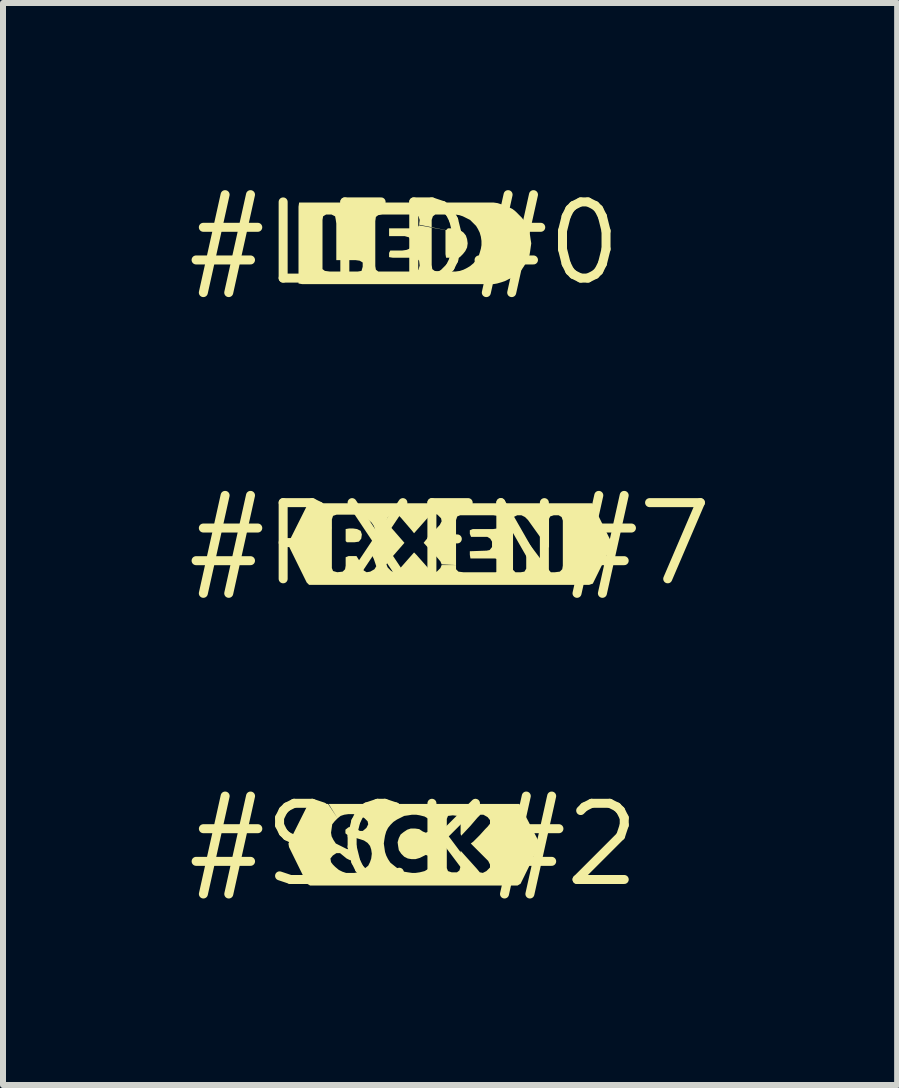
<source format=kicad_pcb>
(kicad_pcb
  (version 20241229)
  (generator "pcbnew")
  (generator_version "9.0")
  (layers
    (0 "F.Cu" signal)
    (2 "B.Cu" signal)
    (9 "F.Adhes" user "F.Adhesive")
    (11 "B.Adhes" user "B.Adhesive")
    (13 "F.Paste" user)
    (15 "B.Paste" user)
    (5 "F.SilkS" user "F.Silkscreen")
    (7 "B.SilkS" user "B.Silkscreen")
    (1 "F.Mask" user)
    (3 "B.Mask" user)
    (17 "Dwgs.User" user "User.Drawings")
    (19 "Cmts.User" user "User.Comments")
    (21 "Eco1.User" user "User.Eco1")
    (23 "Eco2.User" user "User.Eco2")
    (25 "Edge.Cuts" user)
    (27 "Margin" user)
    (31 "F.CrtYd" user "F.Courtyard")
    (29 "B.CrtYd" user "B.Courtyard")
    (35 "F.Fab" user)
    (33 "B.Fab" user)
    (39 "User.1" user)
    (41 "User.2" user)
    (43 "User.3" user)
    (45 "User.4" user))
  (footprint "#LED#0"
    (layer "F.Cu")
    (at 3.696 1.006)
    (property "Reference" "#LED#0" (at 0 0 0) (layer "F.SilkS") (effects (font (size 1.27 1.27) (thickness 0.15))))
    (attr through_hole)
    (fp_poly (pts (xy -1.49 -0.68) (xy -1.76 -0.68) (xy -1.77 -0.61) (xy -1.77 0.67) (xy -1.71 0.68) (xy 1.41 0.68) (xy 1.48 0.68) (xy 1.54 0.67) (xy 1.61 0.65) (xy 1.67 0.63) (xy 1.73 0.6) (xy 1.79 0.57) (xy 1.85 0.53) (xy 1.9 0.49) (xy 1.95 0.44) (xy 1.99 0.38) (xy 2.02 0.33) (xy 2.05 0.27) (xy 2.08 0.2) (xy 2.09 0.14) (xy 2.1 0.07) (xy 2.11 0) (xy 2.1 -0.06) (xy 2.09 -0.13) (xy 2.08 -0.2) (xy 2.05 -0.26) (xy 2.03 -0.32) (xy 1.99 -0.38) (xy 1.95 -0.43) (xy 1.9 -0.48) (xy 1.85 -0.53) (xy 1.8 -0.57) (xy 1.74 -0.6) (xy 1.68 -0.63) (xy 1.61 -0.65) (xy 1.55 -0.67) (xy 1.48 -0.68) (xy 1.41 -0.68) (xy -1.43 -0.68) (xy -1.31 -0.48) (xy -1.22 -0.48) (xy -1.16 -0.45) (xy -1.15 -0.4) (xy -1.14 -0.33) (xy -1.14 0.28) (xy -1.09 0.28) (xy -0.82 0.28) (xy -0.75 0.29) (xy -0.7 0.32) (xy -0.7 0.39) (xy -0.49 0.38) (xy -0.49 -0.37) (xy -0.48 -0.44) (xy -0.44 -0.47) (xy -0.37 -0.48) (xy 0.11 -0.48) (xy 0.18 -0.48) (xy 0.23 -0.45) (xy 0.25 -0.39) (xy 0.24 -0.31) (xy 0.69 -0.22) (xy 0.72 -0.25) (xy 0.79 -0.25) (xy 0.86 -0.25) (xy 0.92 -0.22) (xy 0.98 -0.18) (xy 1.02 -0.13) (xy 1.04 -0.07) (xy 1.05 0) (xy 1.04 0.07) (xy 1.01 0.13) (xy 0.97 0.18) (xy 0.92 0.23) (xy 0.9 0.24) (xy 0.69 0.24) (xy 0.68 0.18) (xy 0.68 -0.22) (xy 0.24 -0.3) (xy 0.21 -0.26) (xy 0.15 -0.25) (xy -0.26 -0.25) (xy -0.26 -0.19) (xy -0.26 -0.12) (xy -0.2 -0.12) (xy 0 -0.12) (xy 0.07 -0.1) (xy 0.1 -0.06) (xy 0.11 0.02) (xy 0.08 0.09) (xy 0.03 0.11) (xy -0.04 0.12) (xy -0.24 0.12) (xy -0.26 0.16) (xy -0.26 0.23) (xy -0.2 0.24) (xy 0.14 0.24) (xy 0.2 0.25) (xy 0.24 0.29) (xy 0.25 0.37) (xy 0.45 0.36) (xy 0.45 -0.39) (xy 0.47 -0.45) (xy 0.51 -0.48) (xy 0.57 -0.48) (xy 0.84 -0.48) (xy 0.91 -0.47) (xy 0.97 -0.45) (xy 1.03 -0.42) (xy 1.09 -0.39) (xy 1.14 -0.34) (xy 1.19 -0.29) (xy 1.22 -0.24) (xy 1.25 -0.18) (xy 1.27 -0.11) (xy 1.28 -0.04) (xy 1.28 0.03) (xy 1.27 0.09) (xy 1.25 0.16) (xy 1.23 0.22) (xy 1.19 0.27) (xy 1.15 0.33) (xy 1.09 0.38) (xy 1.04 0.41) (xy 0.98 0.44) (xy 0.92 0.46) (xy 0.85 0.47) (xy 0.78 0.47) (xy 0.58 0.47) (xy 0.5 0.46) (xy 0.46 0.43) (xy 0.45 0.36) (xy 0.25 0.37) (xy 0.23 0.44) (xy 0.19 0.47) (xy 0.12 0.47) (xy -0.36 0.47) (xy -0.44 0.47) (xy -0.48 0.44) (xy -0.49 0.38) (xy -0.7 0.39) (xy -0.72 0.46) (xy -0.78 0.47) (xy -1.25 0.47) (xy -1.33 0.46) (xy -1.37 0.43) (xy -1.37 0.36) (xy -1.37 -0.39) (xy -1.36 -0.45) (xy -1.31 -0.48) (xy -1.43 -0.68)) (stroke (width 0) (type solid)) (fill yes) (layer "F.SilkS")))
  (footprint "#SCK#2"
    (layer "F.Cu")
    (at 3.848 11.031)
    (property "Reference" "#SCK#2" (at 0 0 0) (layer "F.SilkS") (effects (font (size 1.27 1.27) (thickness 0.15))))
    (attr through_hole)
    (fp_poly (pts (xy -1.49 -0.68) (xy -1.76 -0.68) (xy -1.79 -0.62) (xy -2.09 -0.02) (xy -2.08 0.04) (xy -1.78 0.65) (xy -1.73 0.68) (xy 1.73 0.68) (xy 1.78 0.65) (xy 2.08 0.04) (xy 2.1 -0.02) (xy 1.79 -0.62) (xy 1.76 -0.68) (xy -1.42 -0.68) (xy -1.27 -0.44) (xy -1.22 -0.48) (xy -1.16 -0.5) (xy -1.09 -0.51) (xy -1.01 -0.51) (xy -0.95 -0.5) (xy -0.87 -0.47) (xy -0.82 -0.44) (xy -0.77 -0.39) (xy -0.76 -0.34) (xy -0.79 -0.28) (xy -0.85 -0.23) (xy -0.9 -0.23) (xy -1.02 -0.3) (xy -1.09 -0.29) (xy -1.14 -0.25) (xy -1.14 -0.19) (xy -1.09 -0.15) (xy -0.89 -0.09) (xy -0.83 -0.07) (xy -0.77 -0.03) (xy -0.73 0.02) (xy -0.71 0.08) (xy -0.49 0.05) (xy -0.5 -0.02) (xy -0.49 -0.09) (xy -0.48 -0.15) (xy -0.46 -0.22) (xy -0.43 -0.28) (xy -0.39 -0.33) (xy -0.34 -0.38) (xy -0.28 -0.42) (xy -0.22 -0.45) (xy -0.16 -0.48) (xy -0.09 -0.49) (xy -0.03 -0.5) (xy 0.04 -0.5) (xy 0.1 -0.49) (xy 0.18 -0.47) (xy 0.23 -0.44) (xy 0.29 -0.4) (xy 0.32 -0.34) (xy 0.3 -0.28) (xy 0.25 -0.22) (xy 0.2 -0.2) (xy 0.15 -0.22) (xy 0.09 -0.26) (xy 0.02 -0.27) (xy -0.05 -0.27) (xy -0.11 -0.25) (xy -0.17 -0.21) (xy -0.22 -0.17) (xy -0.25 -0.11) (xy -0.27 -0.04) (xy -0.26 0.03) (xy -0.25 0.09) (xy -0.21 0.15) (xy -0.16 0.2) (xy -0.1 0.23) (xy -0.04 0.24) (xy 0.03 0.24) (xy 0.1 0.22) (xy 0.14 0.2) (xy 0.2 0.17) (xy 0.25 0.19) (xy 0.3 0.26) (xy 0.31 0.32) (xy 0.55 0.31) (xy 0.55 -0.43) (xy 0.57 -0.48) (xy 0.65 -0.49) (xy 0.73 -0.48) (xy 0.77 -0.45) (xy 0.78 -0.38) (xy 0.78 -0.18) (xy 0.79 -0.15) (xy 0.94 -0.31) (xy 1.06 -0.45) (xy 1.11 -0.5) (xy 1.16 -0.5) (xy 1.23 -0.46) (xy 1.27 -0.41) (xy 1.27 -0.35) (xy 1.23 -0.3) (xy 1.19 -0.26) (xy 1.1 -0.16) (xy 0.99 -0.05) (xy 0.95 -0.02) (xy 1.12 0.15) (xy 1.24 0.27) (xy 1.27 0.33) (xy 1.27 0.38) (xy 1.21 0.44) (xy 1.15 0.47) (xy 1.1 0.46) (xy 1.05 0.4) (xy 0.78 0.1) (xy 0.78 0.16) (xy 0.78 0.36) (xy 0.76 0.43) (xy 0.72 0.46) (xy 0.63 0.46) (xy 0.57 0.44) (xy 0.55 0.39) (xy 0.55 0.31) (xy 0.31 0.32) (xy 0.28 0.37) (xy 0.23 0.41) (xy 0.18 0.44) (xy 0.1 0.46) (xy 0.03 0.47) (xy -0.03 0.47) (xy -0.1 0.46) (xy -0.16 0.45) (xy -0.23 0.42) (xy -0.29 0.38) (xy -0.34 0.34) (xy -0.39 0.3) (xy -0.43 0.24) (xy -0.46 0.18) (xy -0.48 0.12) (xy -0.49 0.05) (xy -0.71 0.08) (xy -0.7 0.15) (xy -0.71 0.23) (xy -0.73 0.29) (xy -0.76 0.35) (xy -0.81 0.39) (xy -0.86 0.43) (xy -0.93 0.46) (xy -0.99 0.47) (xy -1.06 0.47) (xy -1.13 0.47) (xy -1.19 0.45) (xy -1.25 0.42) (xy -1.31 0.37) (xy -1.35 0.33) (xy -1.38 0.29) (xy -1.39 0.23) (xy -1.35 0.18) (xy -1.29 0.14) (xy -1.23 0.14) (xy -1.12 0.23) (xy -1.06 0.26) (xy -0.98 0.24) (xy -0.94 0.2) (xy -0.94 0.14) (xy -0.99 0.1) (xy -1.12 0.07) (xy -1.18 0.04) (xy -1.24 0.01) (xy -1.3 -0.02) (xy -1.34 -0.08) (xy -1.37 -0.14) (xy -1.38 -0.2) (xy -1.37 -0.27) (xy -1.36 -0.34) (xy -1.32 -0.39) (xy -1.27 -0.44) (xy -1.43 -0.68)) (stroke (width 0) (type solid)) (fill yes) (layer "F.SilkS")))
  (footprint "#RXEN#7"
    (layer "F.Cu")
    (at 4.452 6.019)
    (property "Reference" "#RXEN#7" (at 0 0 0) (layer "F.SilkS") (effects (font (size 1.27 1.27) (thickness 0.15))))
    (attr through_hole)
    (fp_poly (pts (xy -2.08 -0.68) (xy -2.35 -0.68) (xy -2.39 -0.63) (xy -2.69 -0.03) (xy -2.69 0.03) (xy -2.39 0.64) (xy -2.35 0.68) (xy 2.32 0.68) (xy 2.38 0.66) (xy 2.68 0.05) (xy 2.7 -0.01) (xy 2.37 -0.68) (xy 2.3 -0.68) (xy -2.03 -0.68) (xy -1.95 -0.47) (xy -1.89 -0.49) (xy -1.61 -0.49) (xy -1.54 -0.49) (xy -1.48 -0.47) (xy -1.42 -0.44) (xy -1.36 -0.4) (xy -1.31 -0.36) (xy -1.27 -0.3) (xy -1.25 -0.24) (xy -1.24 -0.17) (xy -1.24 -0.1) (xy -1.25 -0.03) (xy -1.28 0.03) (xy -1.32 0.08) (xy -1.33 0.13) (xy -1.27 0.25) (xy -1.25 0.31) (xy -1.23 0.37) (xy -1.06 0.34) (xy -1.03 0.29) (xy -0.76 -0.02) (xy -1.03 -0.33) (xy -1.06 -0.39) (xy -1.04 -0.44) (xy -0.98 -0.49) (xy -0.92 -0.51) (xy -0.87 -0.49) (xy -0.82 -0.44) (xy -0.64 -0.23) (xy -0.6 -0.18) (xy -0.37 -0.44) (xy -0.32 -0.49) (xy -0.27 -0.51) (xy -0.21 -0.49) (xy -0.15 -0.43) (xy -0.14 -0.38) (xy -0.17 -0.32) (xy -0.4 -0.07) (xy -0.44 -0.02) (xy -0.21 0.23) (xy -0.16 0.29) (xy -0.14 0.34) (xy 0.1 0.35) (xy 0.1 -0.32) (xy 0.1 -0.4) (xy 0.12 -0.46) (xy 0.17 -0.48) (xy 0.25 -0.48) (xy 0.72 -0.48) (xy 0.79 -0.47) (xy 0.83 -0.44) (xy 0.84 -0.36) (xy 1.05 -0.39) (xy 1.06 -0.45) (xy 1.12 -0.48) (xy 1.19 -0.48) (xy 1.25 -0.45) (xy 1.3 -0.4) (xy 1.5 -0.12) (xy 1.63 0.05) (xy 1.65 0.06) (xy 1.65 -0.35) (xy 1.65 -0.42) (xy 1.67 -0.46) (xy 1.73 -0.48) (xy 1.81 -0.48) (xy 1.86 -0.45) (xy 1.88 -0.39) (xy 1.88 -0.32) (xy 1.88 0.36) (xy 1.87 0.42) (xy 1.83 0.46) (xy 1.75 0.47) (xy 1.68 0.47) (xy 1.63 0.41) (xy 1.27 -0.07) (xy 1.27 0.41) (xy 1.24 0.46) (xy 1.18 0.47) (xy 1.09 0.47) (xy 1.05 0.43) (xy 1.05 0.36) (xy 1.05 -0.39) (xy 0.84 -0.36) (xy 0.83 -0.29) (xy 0.79 -0.26) (xy 0.72 -0.25) (xy 0.38 -0.25) (xy 0.33 -0.23) (xy 0.33 -0.17) (xy 0.35 -0.12) (xy 0.62 -0.12) (xy 0.67 -0.09) (xy 0.7 -0.04) (xy 0.7 0.05) (xy 0.66 0.1) (xy 0.61 0.11) (xy 0.33 0.12) (xy 0.33 0.18) (xy 0.34 0.24) (xy 0.75 0.24) (xy 0.81 0.26) (xy 0.84 0.31) (xy 0.84 0.4) (xy 0.81 0.46) (xy 0.76 0.47) (xy 0.22 0.47) (xy 0.14 0.46) (xy 0.1 0.42) (xy 0.1 0.35) (xy -0.14 0.35) (xy -0.16 0.4) (xy -0.22 0.46) (xy -0.28 0.47) (xy -0.33 0.44) (xy -0.56 0.18) (xy -0.6 0.14) (xy -0.82 0.39) (xy -0.87 0.45) (xy -0.93 0.47) (xy -0.98 0.45) (xy -1.04 0.39) (xy -1.06 0.34) (xy -1.23 0.37) (xy -1.26 0.42) (xy -1.33 0.46) (xy -1.39 0.47) (xy -1.44 0.44) (xy -1.51 0.28) (xy -1.56 0.2) (xy -1.69 0.2) (xy -1.74 0.22) (xy -1.74 0.36) (xy -1.75 0.42) (xy -1.79 0.46) (xy -1.88 0.47) (xy -1.95 0.45) (xy -1.97 0.4) (xy -1.97 0.33) (xy -1.97 -0.41) (xy -1.95 -0.47) (xy -2.03 -0.68) (xy -1.74 -0.25) (xy -1.68 -0.26) (xy -1.62 -0.26) (xy -1.55 -0.25) (xy -1.49 -0.22) (xy -1.47 -0.16) (xy -1.48 -0.09) (xy -1.52 -0.04) (xy -1.59 -0.03) (xy -1.72 -0.03) (xy -1.74 -0.05) (xy -1.74 -0.25) (xy -2.03 -0.68)) (stroke (width 0) (type solid)) (fill yes) (layer "F.SilkS")))
  (gr_rect
    (start -3 -3)
    (end 11.905 15.037)
    (stroke (width 0.1) (type default))
    (fill no)
    (layer "Edge.Cuts")))
</source>
